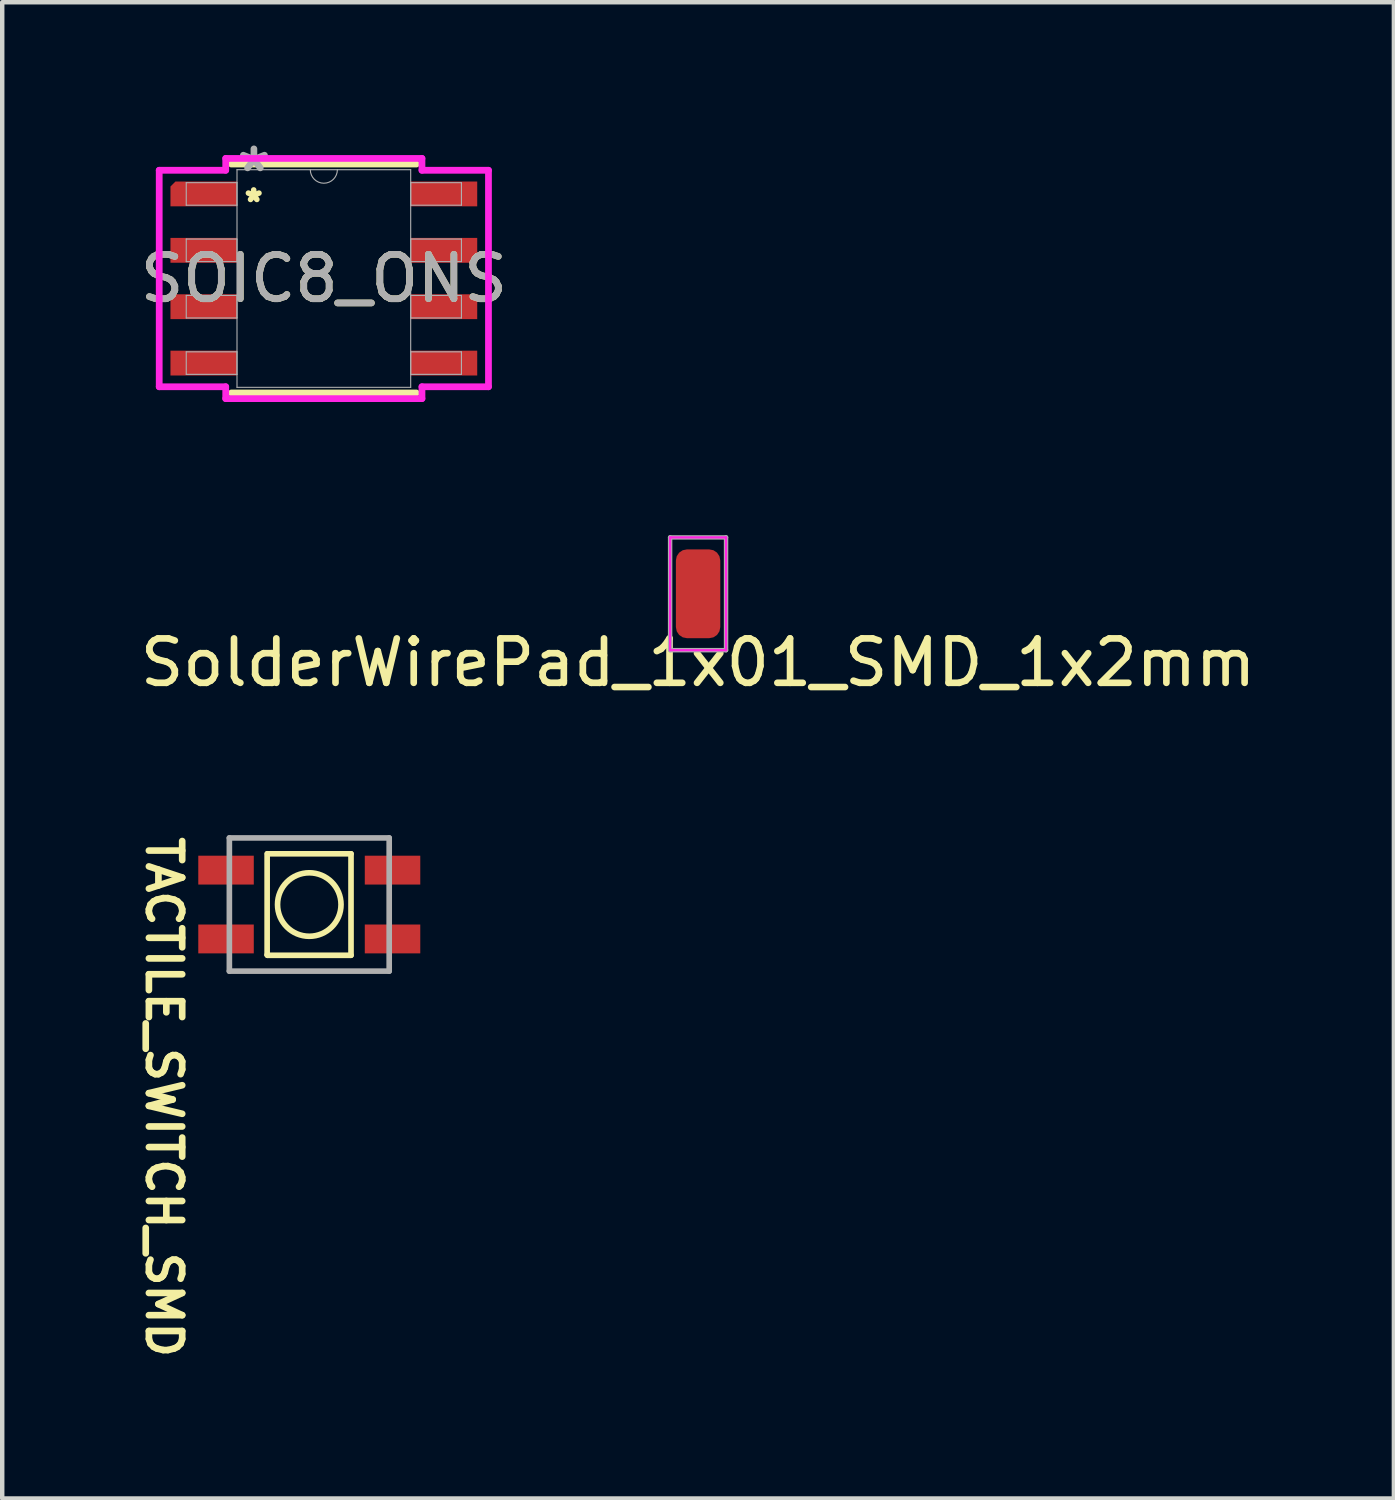
<source format=kicad_pcb>
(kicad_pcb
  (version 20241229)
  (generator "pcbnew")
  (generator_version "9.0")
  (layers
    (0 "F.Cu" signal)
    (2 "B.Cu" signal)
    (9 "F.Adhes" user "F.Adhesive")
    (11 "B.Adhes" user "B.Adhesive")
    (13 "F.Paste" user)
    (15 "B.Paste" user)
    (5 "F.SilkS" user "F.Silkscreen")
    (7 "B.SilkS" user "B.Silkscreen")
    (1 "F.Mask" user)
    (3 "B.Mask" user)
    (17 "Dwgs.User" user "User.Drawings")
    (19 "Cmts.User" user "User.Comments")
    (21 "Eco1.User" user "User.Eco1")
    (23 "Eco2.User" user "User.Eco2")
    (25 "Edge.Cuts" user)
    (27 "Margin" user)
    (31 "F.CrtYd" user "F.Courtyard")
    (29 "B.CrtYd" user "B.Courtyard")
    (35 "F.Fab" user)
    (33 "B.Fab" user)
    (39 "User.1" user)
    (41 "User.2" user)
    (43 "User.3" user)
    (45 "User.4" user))
  (footprint "TACTILE_SWITCH_SMD"
    (layer "F.Cu")
    (at 3.916 17.323)
    (property "Reference" "TACTILE_SWITCH_SMD" (at -3.712 -1.6 270) (unlocked yes) (layer "F.SilkS") (effects (font (size 0.75 0.75) (thickness 0.15) (bold yes)) (justify left bottom)))
    (fp_line (start -0.949 -1.144) (end -0.949 1.134) (stroke (width 0.127) (type solid)) (layer "F.SilkS"))
    (fp_line (start -0.949 1.134) (end -0.94 1.143) (stroke (width 0.127) (type solid)) (layer "F.SilkS"))
    (fp_line (start -0.94 1.143) (end 0.94 1.143) (stroke (width 0.127) (type solid)) (layer "F.SilkS"))
    (fp_line (start 0.94 -1.143) (end -0.94 -1.143) (stroke (width 0.127) (type solid)) (layer "F.SilkS"))
    (fp_line (start 0.94 1.143) (end 0.94 -1.143) (stroke (width 0.127) (type solid)) (layer "F.SilkS"))
    (fp_circle (center 0 0) (end 0.715 0) (stroke (width 0.127) (type solid)) (fill no) (layer "F.SilkS"))
    (fp_line (start -1.8 -1.5) (end 1.8 -1.5) (stroke (width 0.127) (type solid)) (layer "F.Fab"))
    (fp_line (start -1.8 1.5) (end -1.8 -1.5) (stroke (width 0.127) (type solid)) (layer "F.Fab"))
    (fp_line (start 1.8 -1.5) (end 1.8 1.5) (stroke (width 0.127) (type solid)) (layer "F.Fab"))
    (fp_line (start 1.8 1.5) (end -1.8 1.5) (stroke (width 0.127) (type solid)) (layer "F.Fab"))
    (pad "1" smd rect (at -1.875 -0.775 90) (size 0.65 1.25) (layers "F.Cu" "F.Mask" "F.Paste"))
    (pad "2" smd rect (at 1.875 -0.775 90) (size 0.65 1.25) (layers "F.Cu" "F.Mask" "F.Paste"))
    (pad "3" smd rect (at -1.875 0.775 90) (size 0.65 1.25) (layers "F.Cu" "F.Mask" "F.Paste"))
    (pad "4" smd rect (at 1.875 0.775 90) (size 0.65 1.25) (layers "F.Cu" "F.Mask" "F.Paste")))
  (footprint "SOIC8_ONS"
    (layer "F.Cu")
    (at 4.244 3.223)
    (property "Reference" "SOIC8_ONS" (at 0 0 0) (unlocked yes) (layer "F.SilkS") (effects (font (size 1 1) (thickness 0.15))))
    (attr smd)
    (fp_line (start -2.083 2.578) (end 2.083 2.578) (stroke (width 0.152) (type solid)) (layer "F.SilkS"))
    (fp_line (start 2.083 -2.578) (end -2.083 -2.578) (stroke (width 0.152) (type solid)) (layer "F.SilkS"))
    (fp_line (start -3.708 -2.438) (end -2.21 -2.438) (stroke (width 0.152) (type solid)) (layer "F.CrtYd"))
    (fp_line (start -3.708 2.438) (end -3.708 -2.438) (stroke (width 0.152) (type solid)) (layer "F.CrtYd"))
    (fp_line (start -3.708 2.438) (end -2.21 2.438) (stroke (width 0.152) (type solid)) (layer "F.CrtYd"))
    (fp_line (start -2.21 -2.705) (end 2.21 -2.705) (stroke (width 0.152) (type solid)) (layer "F.CrtYd"))
    (fp_line (start -2.21 -2.438) (end -2.21 -2.705) (stroke (width 0.152) (type solid)) (layer "F.CrtYd"))
    (fp_line (start -2.21 2.705) (end -2.21 2.438) (stroke (width 0.152) (type solid)) (layer "F.CrtYd"))
    (fp_line (start 2.21 -2.705) (end 2.21 -2.438) (stroke (width 0.152) (type solid)) (layer "F.CrtYd"))
    (fp_line (start 2.21 2.438) (end 2.21 2.705) (stroke (width 0.152) (type solid)) (layer "F.CrtYd"))
    (fp_line (start 2.21 2.705) (end -2.21 2.705) (stroke (width 0.152) (type solid)) (layer "F.CrtYd"))
    (fp_line (start 3.708 -2.438) (end 2.21 -2.438) (stroke (width 0.152) (type solid)) (layer "F.CrtYd"))
    (fp_line (start 3.708 -2.438) (end 3.708 2.438) (stroke (width 0.152) (type solid)) (layer "F.CrtYd"))
    (fp_line (start 3.708 2.438) (end 2.21 2.438) (stroke (width 0.152) (type solid)) (layer "F.CrtYd"))
    (fp_line (start -3.099 -2.159) (end -3.099 -1.651) (stroke (width 0.025) (type solid)) (layer "F.Fab"))
    (fp_line (start -3.099 -1.651) (end -1.956 -1.651) (stroke (width 0.025) (type solid)) (layer "F.Fab"))
    (fp_line (start -3.099 -0.889) (end -3.099 -0.381) (stroke (width 0.025) (type solid)) (layer "F.Fab"))
    (fp_line (start -3.099 -0.381) (end -1.956 -0.381) (stroke (width 0.025) (type solid)) (layer "F.Fab"))
    (fp_line (start -3.099 0.381) (end -3.099 0.889) (stroke (width 0.025) (type solid)) (layer "F.Fab"))
    (fp_line (start -3.099 0.889) (end -1.956 0.889) (stroke (width 0.025) (type solid)) (layer "F.Fab"))
    (fp_line (start -3.099 1.651) (end -3.099 2.159) (stroke (width 0.025) (type solid)) (layer "F.Fab"))
    (fp_line (start -3.099 2.159) (end -1.956 2.159) (stroke (width 0.025) (type solid)) (layer "F.Fab"))
    (fp_line (start -1.956 -2.451) (end -1.956 2.451) (stroke (width 0.025) (type solid)) (layer "F.Fab"))
    (fp_line (start -1.956 -2.159) (end -3.099 -2.159) (stroke (width 0.025) (type solid)) (layer "F.Fab"))
    (fp_line (start -1.956 -1.651) (end -1.956 -2.159) (stroke (width 0.025) (type solid)) (layer "F.Fab"))
    (fp_line (start -1.956 -0.889) (end -3.099 -0.889) (stroke (width 0.025) (type solid)) (layer "F.Fab"))
    (fp_line (start -1.956 -0.381) (end -1.956 -0.889) (stroke (width 0.025) (type solid)) (layer "F.Fab"))
    (fp_line (start -1.956 0.381) (end -3.099 0.381) (stroke (width 0.025) (type solid)) (layer "F.Fab"))
    (fp_line (start -1.956 0.889) (end -1.956 0.381) (stroke (width 0.025) (type solid)) (layer "F.Fab"))
    (fp_line (start -1.956 1.651) (end -3.099 1.651) (stroke (width 0.025) (type solid)) (layer "F.Fab"))
    (fp_line (start -1.956 2.159) (end -1.956 1.651) (stroke (width 0.025) (type solid)) (layer "F.Fab"))
    (fp_line (start -1.956 2.451) (end 1.956 2.451) (stroke (width 0.025) (type solid)) (layer "F.Fab"))
    (fp_line (start 1.956 -2.451) (end -1.956 -2.451) (stroke (width 0.025) (type solid)) (layer "F.Fab"))
    (fp_line (start 1.956 -2.159) (end 1.956 -1.651) (stroke (width 0.025) (type solid)) (layer "F.Fab"))
    (fp_line (start 1.956 -1.651) (end 3.099 -1.651) (stroke (width 0.025) (type solid)) (layer "F.Fab"))
    (fp_line (start 1.956 -0.889) (end 1.956 -0.381) (stroke (width 0.025) (type solid)) (layer "F.Fab"))
    (fp_line (start 1.956 -0.381) (end 3.099 -0.381) (stroke (width 0.025) (type solid)) (layer "F.Fab"))
    (fp_line (start 1.956 0.381) (end 1.956 0.889) (stroke (width 0.025) (type solid)) (layer "F.Fab"))
    (fp_line (start 1.956 0.889) (end 3.099 0.889) (stroke (width 0.025) (type solid)) (layer "F.Fab"))
    (fp_line (start 1.956 1.651) (end 1.956 2.159) (stroke (width 0.025) (type solid)) (layer "F.Fab"))
    (fp_line (start 1.956 2.159) (end 3.099 2.159) (stroke (width 0.025) (type solid)) (layer "F.Fab"))
    (fp_line (start 1.956 2.451) (end 1.956 -2.451) (stroke (width 0.025) (type solid)) (layer "F.Fab"))
    (fp_line (start 3.099 -2.159) (end 1.956 -2.159) (stroke (width 0.025) (type solid)) (layer "F.Fab"))
    (fp_line (start 3.099 -1.651) (end 3.099 -2.159) (stroke (width 0.025) (type solid)) (layer "F.Fab"))
    (fp_line (start 3.099 -0.889) (end 1.956 -0.889) (stroke (width 0.025) (type solid)) (layer "F.Fab"))
    (fp_line (start 3.099 -0.381) (end 3.099 -0.889) (stroke (width 0.025) (type solid)) (layer "F.Fab"))
    (fp_line (start 3.099 0.381) (end 1.956 0.381) (stroke (width 0.025) (type solid)) (layer "F.Fab"))
    (fp_line (start 3.099 0.889) (end 3.099 0.381) (stroke (width 0.025) (type solid)) (layer "F.Fab"))
    (fp_line (start 3.099 1.651) (end 1.956 1.651) (stroke (width 0.025) (type solid)) (layer "F.Fab"))
    (fp_line (start 3.099 2.159) (end 3.099 1.651) (stroke (width 0.025) (type solid)) (layer "F.Fab"))
    (fp_arc (start 0.3048 -2.4511) (mid 0 -2.1463) (end -0.3048 -2.4511) (stroke (width 0.0254) (type solid)) (layer "F.Fab"))
    (fp_text user "*" (at -1.58 -1.72 0) (layer "F.SilkS") (effects (font (size 0.5 0.5) (thickness 0.125))))
    (fp_text user "${REFERENCE}" (at 0 0 0) (unlocked yes) (layer "F.Fab") (effects (font (size 1 1) (thickness 0.15))))
    (fp_text user "*" (at -1.575 -2.375 0) (layer "F.Fab") (effects (font (size 1 1) (thickness 0.15))))
    (pad "1" smd roundrect (at -2.705 -1.905) (size 1.499 0.559) (layers "F.Cu" "F.Mask" "F.Paste") (roundrect_rratio 0) (chamfer_ratio 0.2) (chamfer top_left))
    (pad "2" smd rect (at -2.705 -0.635) (size 1.499 0.559) (layers "F.Cu" "F.Mask" "F.Paste"))
    (pad "3" smd rect (at -2.705 0.635) (size 1.499 0.559) (layers "F.Cu" "F.Mask" "F.Paste"))
    (pad "4" smd rect (at -2.705 1.905) (size 1.499 0.559) (layers "F.Cu" "F.Mask" "F.Paste"))
    (pad "5" smd rect (at 2.705 1.905) (size 1.499 0.559) (layers "F.Cu" "F.Mask" "F.Paste"))
    (pad "6" smd rect (at 2.705 0.635) (size 1.499 0.559) (layers "F.Cu" "F.Mask" "F.Paste"))
    (pad "7" smd rect (at 2.705 -0.635) (size 1.499 0.559) (layers "F.Cu" "F.Mask" "F.Paste"))
    (pad "8" smd rect (at 2.705 -1.905) (size 1.499 0.559) (layers "F.Cu" "F.Mask" "F.Paste")))
  (footprint "SolderWirePad_1x01_SMD_1x2mm"
    (layer "F.Cu")
    (at 12.673 10.324)
    (property "Reference" "SolderWirePad_1x01_SMD_1x2mm" (at 0 1.55 0) (layer "F.SilkS") (effects (font (size 1 1) (thickness 0.15))))
    (attr exclude_from_pos_files exclude_from_bom)
    (fp_line (start -0.63 -1.27) (end -0.63 1.27) (stroke (width 0.05) (type solid)) (layer "F.CrtYd"))
    (fp_line (start -0.63 1.27) (end 0.63 1.27) (stroke (width 0.05) (type solid)) (layer "F.CrtYd"))
    (fp_line (start 0.63 -1.27) (end -0.63 -1.27) (stroke (width 0.05) (type solid)) (layer "F.CrtYd"))
    (fp_line (start 0.63 1.27) (end 0.63 -1.27) (stroke (width 0.05) (type solid)) (layer "F.CrtYd"))
    (fp_line (start -0.63 -1.27) (end 0.63 -1.27) (stroke (width 0.1) (type solid)) (layer "F.Fab"))
    (fp_line (start -0.63 1.27) (end -0.63 -1.27) (stroke (width 0.1) (type solid)) (layer "F.Fab"))
    (fp_line (start 0.63 -1.27) (end 0.63 1.27) (stroke (width 0.1) (type solid)) (layer "F.Fab"))
    (fp_line (start 0.63 1.27) (end -0.63 1.27) (stroke (width 0.1) (type solid)) (layer "F.Fab"))
    (pad "1" smd roundrect (at 0 0) (size 1 2) (layers "F.Cu" "F.Mask" "F.Paste") (roundrect_rratio 0.25)))
  (gr_rect
    (start -3 -3)
    (end 28.345 30.701)
    (stroke (width 0.1) (type default))
    (fill no)
    (layer "Edge.Cuts")))
</source>
